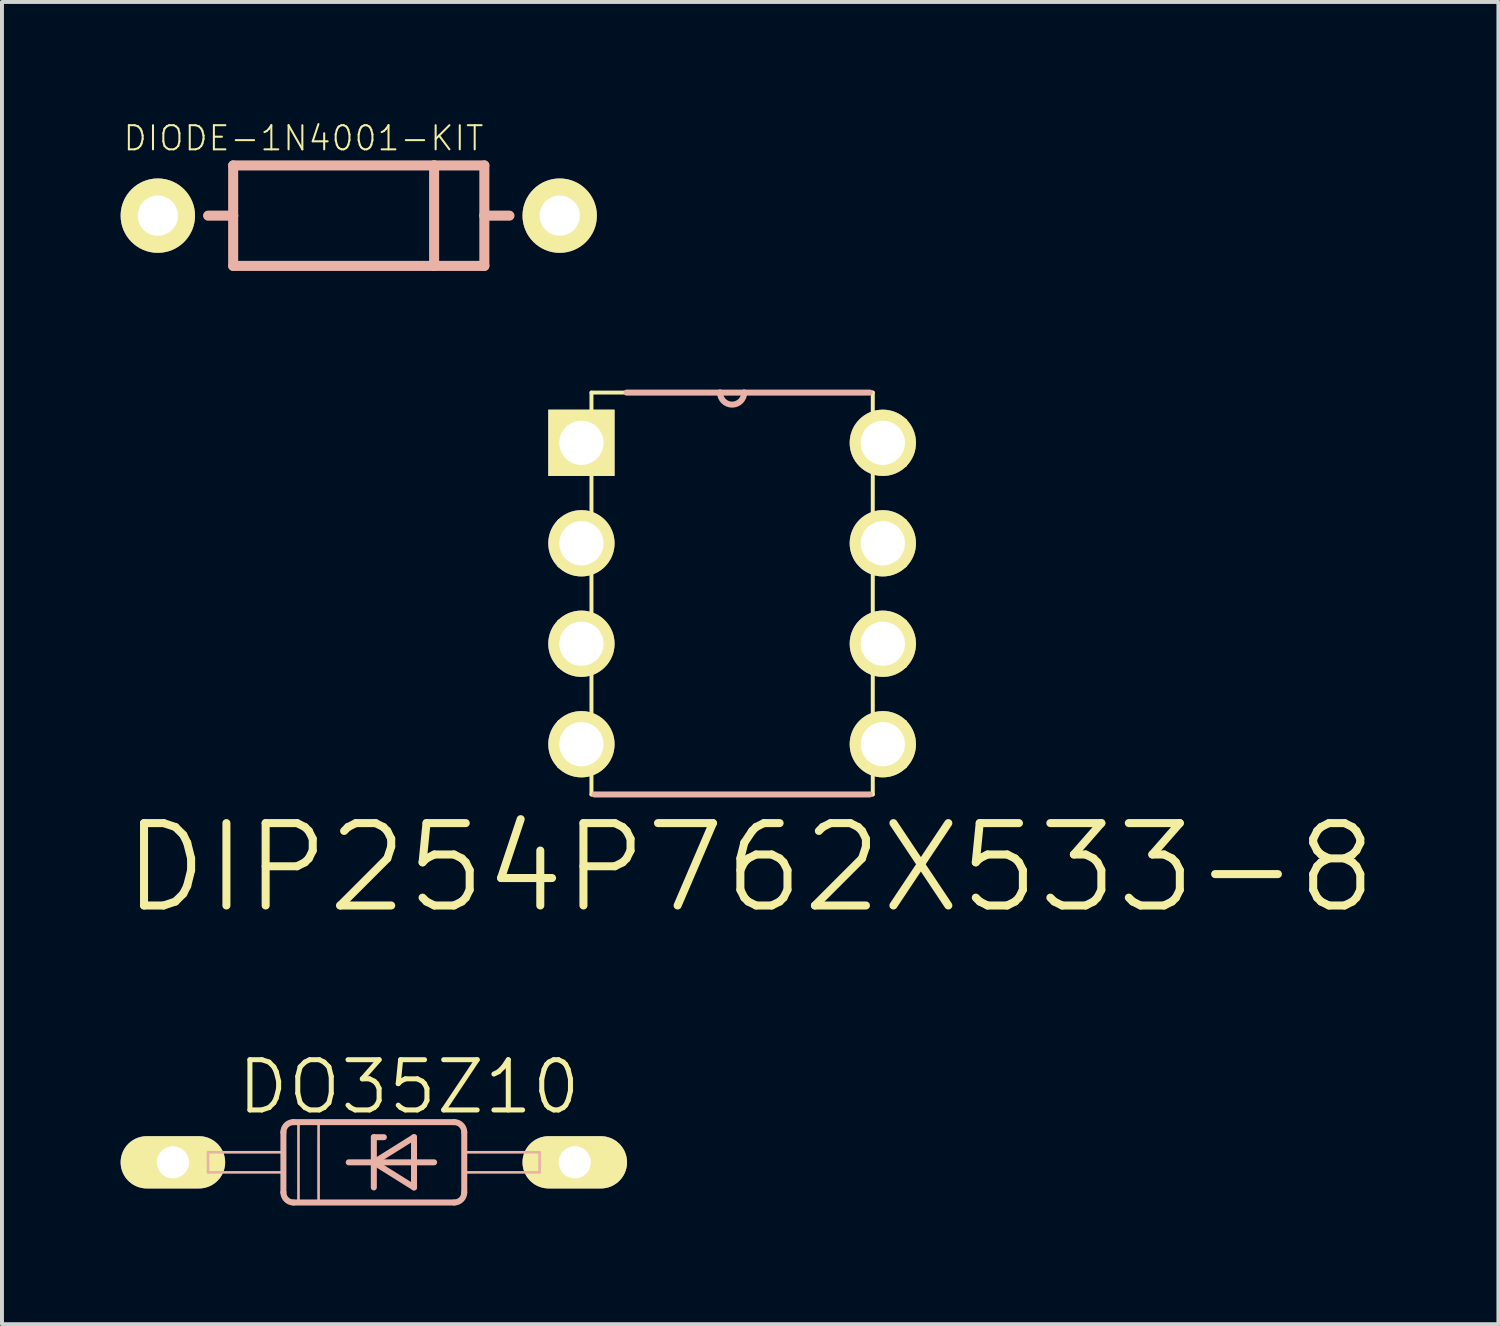
<source format=kicad_pcb>
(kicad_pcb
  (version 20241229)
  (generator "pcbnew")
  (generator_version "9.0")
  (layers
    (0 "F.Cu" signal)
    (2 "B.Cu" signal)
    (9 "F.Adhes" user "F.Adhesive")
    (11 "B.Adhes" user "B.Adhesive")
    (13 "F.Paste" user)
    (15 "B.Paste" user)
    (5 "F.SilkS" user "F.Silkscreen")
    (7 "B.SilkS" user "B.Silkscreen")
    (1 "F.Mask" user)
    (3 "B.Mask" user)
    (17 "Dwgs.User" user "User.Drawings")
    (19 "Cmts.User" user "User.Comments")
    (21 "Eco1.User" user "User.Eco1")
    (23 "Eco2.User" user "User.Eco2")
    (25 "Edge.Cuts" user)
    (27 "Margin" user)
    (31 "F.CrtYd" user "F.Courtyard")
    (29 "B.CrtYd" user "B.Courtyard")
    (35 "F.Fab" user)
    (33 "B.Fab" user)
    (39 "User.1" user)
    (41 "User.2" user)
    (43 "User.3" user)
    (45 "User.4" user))
  (footprint "DO35Z10"
    (layer "F.Cu")
    (at 6.401 26.335)
    (property "Reference" "DO35Z10" (at 0.889 -1.905 0) (layer "F.SilkS") (effects (font (size 1.27 1.27) (thickness 0.127))))
    (attr exclude_from_pos_files exclude_from_bom)
    (fp_line (start -5.08 0) (end -4.191 0) (stroke (width 0.508) (type solid)) (layer "F.SilkS"))
    (fp_line (start 5.08 0) (end 4.191 0) (stroke (width 0.508) (type solid)) (layer "F.SilkS"))
    (fp_line (start -4.191 -0.254) (end -2.286 -0.254) (stroke (width 0.066) (type solid)) (layer "B.SilkS"))
    (fp_line (start -4.191 0.254) (end -4.191 -0.254) (stroke (width 0.066) (type solid)) (layer "B.SilkS"))
    (fp_line (start -4.191 0.254) (end -2.286 0.254) (stroke (width 0.066) (type solid)) (layer "B.SilkS"))
    (fp_line (start -2.286 -0.762) (end -2.286 0.762) (stroke (width 0.152) (type solid)) (layer "B.SilkS"))
    (fp_line (start -2.286 0.254) (end -2.286 -0.254) (stroke (width 0.066) (type solid)) (layer "B.SilkS"))
    (fp_line (start -2.032 -1.016) (end 2.032 -1.016) (stroke (width 0.152) (type solid)) (layer "B.SilkS"))
    (fp_line (start -2.032 1.016) (end 2.032 1.016) (stroke (width 0.152) (type solid)) (layer "B.SilkS"))
    (fp_line (start -1.905 -1.016) (end -1.397 -1.016) (stroke (width 0.066) (type solid)) (layer "B.SilkS"))
    (fp_line (start -1.905 1.016) (end -1.905 -1.016) (stroke (width 0.066) (type solid)) (layer "B.SilkS"))
    (fp_line (start -1.905 1.016) (end -1.397 1.016) (stroke (width 0.066) (type solid)) (layer "B.SilkS"))
    (fp_line (start -1.397 1.016) (end -1.397 -1.016) (stroke (width 0.066) (type solid)) (layer "B.SilkS"))
    (fp_line (start -0.635 0) (end 0 0) (stroke (width 0.152) (type solid)) (layer "B.SilkS"))
    (fp_line (start 0 -0.635) (end 0 0) (stroke (width 0.152) (type solid)) (layer "B.SilkS"))
    (fp_line (start 0 0) (end 0 0.635) (stroke (width 0.152) (type solid)) (layer "B.SilkS"))
    (fp_line (start 0 0) (end 1.016 -0.635) (stroke (width 0.152) (type solid)) (layer "B.SilkS"))
    (fp_line (start 0 0) (end 1.524 0) (stroke (width 0.152) (type solid)) (layer "B.SilkS"))
    (fp_line (start 0.254 -0.635) (end 0 -0.635) (stroke (width 0.152) (type solid)) (layer "B.SilkS"))
    (fp_line (start 1.016 -0.635) (end 1.016 0.635) (stroke (width 0.152) (type solid)) (layer "B.SilkS"))
    (fp_line (start 1.016 0.635) (end 0 0) (stroke (width 0.152) (type solid)) (layer "B.SilkS"))
    (fp_line (start 2.286 -0.762) (end 2.286 0.762) (stroke (width 0.152) (type solid)) (layer "B.SilkS"))
    (fp_line (start 2.286 -0.254) (end 4.191 -0.254) (stroke (width 0.066) (type solid)) (layer "B.SilkS"))
    (fp_line (start 2.286 0.254) (end 2.286 -0.254) (stroke (width 0.066) (type solid)) (layer "B.SilkS"))
    (fp_line (start 2.286 0.254) (end 4.191 0.254) (stroke (width 0.066) (type solid)) (layer "B.SilkS"))
    (fp_line (start 4.191 0.254) (end 4.191 -0.254) (stroke (width 0.066) (type solid)) (layer "B.SilkS"))
    (fp_arc (start -2.286 -0.762) (mid -2.211605 -0.941605) (end -2.032 -1.016) (stroke (width 0.1524) (type solid)) (layer "B.SilkS"))
    (fp_arc (start -2.032 1.016) (mid -2.211605 0.941605) (end -2.286 0.762) (stroke (width 0.1524) (type solid)) (layer "B.SilkS"))
    (fp_arc (start 2.032 -1.016) (mid 2.211605 -0.941605) (end 2.286 -0.762) (stroke (width 0.1524) (type solid)) (layer "B.SilkS"))
    (fp_arc (start 2.286 0.762) (mid 2.211605 0.941605) (end 2.032 1.016) (stroke (width 0.1524) (type solid)) (layer "B.SilkS"))
    (pad "A" thru_hole oval (at 5.08 0 90) (size 1.321 2.642) (drill 0.813) (layers "*.Cu" "F.Mask" "F.SilkS" "F.Paste"))
    (pad "C" thru_hole oval (at -5.08 0 90) (size 1.321 2.642) (drill 0.813) (layers "*.Cu" "F.Mask" "F.SilkS" "F.Paste")))
  (footprint "DIODE-1N4001-KIT"
    (layer "F.Cu")
    (at 6.02 2.402)
    (property "Reference" "DIODE-1N4001-KIT" (at -1.397 -1.956 0) (layer "F.SilkS") (effects (font (size 0.61 0.61) (thickness 0.051))))
    (attr exclude_from_pos_files exclude_from_bom)
    (fp_circle (center -5.08 0) (end -5.575 0.495) (stroke (width 0) (type solid)) (fill yes) (layer "F.SilkS"))
    (fp_circle (center -5.08 0) (end -5.334 0.254) (stroke (width 0) (type solid)) (fill yes) (layer "F.SilkS"))
    (fp_circle (center 5.08 0) (end 5.334 0.254) (stroke (width 0) (type solid)) (fill yes) (layer "F.SilkS"))
    (fp_circle (center 5.08 0) (end 5.575 0.495) (stroke (width 0) (type solid)) (fill yes) (layer "F.SilkS"))
    (fp_line (start -3.175 -1.27) (end -3.175 0) (stroke (width 0.254) (type solid)) (layer "B.SilkS"))
    (fp_line (start -3.175 0) (end -3.81 0) (stroke (width 0.254) (type solid)) (layer "B.SilkS"))
    (fp_line (start -3.175 0) (end -3.175 1.27) (stroke (width 0.254) (type solid)) (layer "B.SilkS"))
    (fp_line (start -3.175 1.27) (end 1.905 1.27) (stroke (width 0.254) (type solid)) (layer "B.SilkS"))
    (fp_line (start 1.905 -1.27) (end -3.175 -1.27) (stroke (width 0.254) (type solid)) (layer "B.SilkS"))
    (fp_line (start 1.905 -1.27) (end 1.905 1.27) (stroke (width 0.254) (type solid)) (layer "B.SilkS"))
    (fp_line (start 1.905 1.27) (end 3.175 1.27) (stroke (width 0.254) (type solid)) (layer "B.SilkS"))
    (fp_line (start 3.175 -1.27) (end 1.905 -1.27) (stroke (width 0.254) (type solid)) (layer "B.SilkS"))
    (fp_line (start 3.175 0) (end 3.175 -1.27) (stroke (width 0.254) (type solid)) (layer "B.SilkS"))
    (fp_line (start 3.175 0) (end 3.81 0) (stroke (width 0.254) (type solid)) (layer "B.SilkS"))
    (fp_line (start 3.175 1.27) (end 3.175 0) (stroke (width 0.254) (type solid)) (layer "B.SilkS"))
    (pad "A" thru_hole circle (at -5.08 0) (size 1.88 1.88) (drill 1.016) (layers "*.Cu" "F.Mask" "F.SilkS" "F.Paste"))
    (pad "C" thru_hole circle (at 5.08 0) (size 1.88 1.88) (drill 1.016) (layers "*.Cu" "F.Mask" "F.SilkS" "F.Paste")))
  (footprint "DIP254P762X533-8"
    (layer "F.Cu")
    (at 19.269 15.765)
    (property "Reference" "DIP254P762X533-8" (at -3.353 3.124 0) (layer "F.SilkS") (effects (font (size 2.083 2.083) (thickness 0.203))))
    (attr exclude_from_pos_files exclude_from_bom)
    (fp_line (start -8.179 -8.179) (end -8.179 -7.061) (stroke (width 0.1) (type solid)) (layer "F.SilkS"))
    (fp_line (start -8.179 -7.061) (end -7.366 -7.061) (stroke (width 0.1) (type solid)) (layer "F.SilkS"))
    (fp_line (start -8.179 -5.639) (end -8.179 -4.521) (stroke (width 0.1) (type solid)) (layer "F.SilkS"))
    (fp_line (start -8.179 -4.521) (end -7.366 -4.521) (stroke (width 0.1) (type solid)) (layer "F.SilkS"))
    (fp_line (start -8.179 -3.099) (end -8.179 -1.981) (stroke (width 0.1) (type solid)) (layer "F.SilkS"))
    (fp_line (start -8.179 -1.981) (end -7.366 -1.981) (stroke (width 0.1) (type solid)) (layer "F.SilkS"))
    (fp_line (start -8.179 -0.559) (end -8.179 0.559) (stroke (width 0.1) (type solid)) (layer "F.SilkS"))
    (fp_line (start -8.179 0.559) (end -7.366 0.559) (stroke (width 0.1) (type solid)) (layer "F.SilkS"))
    (fp_line (start -7.366 -8.89) (end -7.366 1.27) (stroke (width 0.1) (type solid)) (layer "F.SilkS"))
    (fp_line (start -7.366 -8.179) (end -8.179 -8.179) (stroke (width 0.1) (type solid)) (layer "F.SilkS"))
    (fp_line (start -7.366 -7.061) (end -7.366 -8.179) (stroke (width 0.1) (type solid)) (layer "F.SilkS"))
    (fp_line (start -7.366 -5.639) (end -8.179 -5.639) (stroke (width 0.1) (type solid)) (layer "F.SilkS"))
    (fp_line (start -7.366 -4.521) (end -7.366 -5.639) (stroke (width 0.1) (type solid)) (layer "F.SilkS"))
    (fp_line (start -7.366 -3.099) (end -8.179 -3.099) (stroke (width 0.1) (type solid)) (layer "F.SilkS"))
    (fp_line (start -7.366 -1.981) (end -7.366 -3.099) (stroke (width 0.1) (type solid)) (layer "F.SilkS"))
    (fp_line (start -7.366 -0.559) (end -8.179 -0.559) (stroke (width 0.1) (type solid)) (layer "F.SilkS"))
    (fp_line (start -7.366 0.559) (end -7.366 -0.559) (stroke (width 0.1) (type solid)) (layer "F.SilkS"))
    (fp_line (start -7.366 1.27) (end -0.254 1.27) (stroke (width 0.1) (type solid)) (layer "F.SilkS"))
    (fp_line (start -4.115 -8.89) (end -7.366 -8.89) (stroke (width 0.1) (type solid)) (layer "F.SilkS"))
    (fp_line (start -3.505 -8.89) (end -4.115 -8.89) (stroke (width 0.1) (type solid)) (layer "F.SilkS"))
    (fp_line (start -0.254 -8.89) (end -3.505 -8.89) (stroke (width 0.1) (type solid)) (layer "F.SilkS"))
    (fp_line (start -0.254 -8.179) (end -0.254 -7.061) (stroke (width 0.1) (type solid)) (layer "F.SilkS"))
    (fp_line (start -0.254 -7.061) (end 0.559 -7.061) (stroke (width 0.1) (type solid)) (layer "F.SilkS"))
    (fp_line (start -0.254 -5.639) (end -0.254 -4.521) (stroke (width 0.1) (type solid)) (layer "F.SilkS"))
    (fp_line (start -0.254 -4.521) (end 0.559 -4.521) (stroke (width 0.1) (type solid)) (layer "F.SilkS"))
    (fp_line (start -0.254 -3.099) (end -0.254 -1.981) (stroke (width 0.1) (type solid)) (layer "F.SilkS"))
    (fp_line (start -0.254 -1.981) (end 0.559 -1.981) (stroke (width 0.1) (type solid)) (layer "F.SilkS"))
    (fp_line (start -0.254 -0.559) (end -0.254 0.559) (stroke (width 0.1) (type solid)) (layer "F.SilkS"))
    (fp_line (start -0.254 0.559) (end 0.559 0.559) (stroke (width 0.1) (type solid)) (layer "F.SilkS"))
    (fp_line (start -0.254 1.27) (end -0.254 -8.89) (stroke (width 0.1) (type solid)) (layer "F.SilkS"))
    (fp_line (start 0.559 -8.179) (end -0.254 -8.179) (stroke (width 0.1) (type solid)) (layer "F.SilkS"))
    (fp_line (start 0.559 -7.061) (end 0.559 -8.179) (stroke (width 0.1) (type solid)) (layer "F.SilkS"))
    (fp_line (start 0.559 -5.639) (end -0.254 -5.639) (stroke (width 0.1) (type solid)) (layer "F.SilkS"))
    (fp_line (start 0.559 -4.521) (end 0.559 -5.639) (stroke (width 0.1) (type solid)) (layer "F.SilkS"))
    (fp_line (start 0.559 -3.099) (end -0.254 -3.099) (stroke (width 0.1) (type solid)) (layer "F.SilkS"))
    (fp_line (start 0.559 -1.981) (end 0.559 -3.099) (stroke (width 0.1) (type solid)) (layer "F.SilkS"))
    (fp_line (start 0.559 -0.559) (end -0.254 -0.559) (stroke (width 0.1) (type solid)) (layer "F.SilkS"))
    (fp_line (start 0.559 0.559) (end 0.559 -0.559) (stroke (width 0.1) (type solid)) (layer "F.SilkS"))
    (fp_arc (start -3.5052 -8.89) (mid -3.81 -8.5852) (end -4.1148 -8.89) (stroke (width 0.1) (type solid)) (layer "F.SilkS"))
    (fp_line (start -7.29 1.27) (end -0.33 1.27) (stroke (width 0.152) (type solid)) (layer "B.SilkS"))
    (fp_line (start -4.115 -8.89) (end -6.477 -8.89) (stroke (width 0.152) (type solid)) (layer "B.SilkS"))
    (fp_line (start -3.505 -8.89) (end -4.115 -8.89) (stroke (width 0.152) (type solid)) (layer "B.SilkS"))
    (fp_line (start -0.33 -8.89) (end -3.505 -8.89) (stroke (width 0.152) (type solid)) (layer "B.SilkS"))
    (fp_arc (start -3.5052 -8.89) (mid -3.81 -8.5852) (end -4.1148 -8.89) (stroke (width 0.1524) (type solid)) (layer "B.SilkS"))
    (pad "1" thru_hole rect (at -7.62 -7.62) (size 1.676 1.676) (drill 1.118) (layers "*.Cu" "F.Mask" "F.SilkS" "F.Paste"))
    (pad "2" thru_hole circle (at -7.62 -5.08) (size 1.676 1.676) (drill 1.118) (layers "*.Cu" "F.Mask" "F.SilkS" "F.Paste"))
    (pad "3" thru_hole circle (at -7.62 -2.54) (size 1.676 1.676) (drill 1.118) (layers "*.Cu" "F.Mask" "F.SilkS" "F.Paste"))
    (pad "4" thru_hole circle (at -7.62 0) (size 1.676 1.676) (drill 1.118) (layers "*.Cu" "F.Mask" "F.SilkS" "F.Paste"))
    (pad "5" thru_hole circle (at 0 0) (size 1.676 1.676) (drill 1.118) (layers "*.Cu" "F.Mask" "F.SilkS" "F.Paste"))
    (pad "6" thru_hole circle (at 0 -2.54) (size 1.676 1.676) (drill 1.118) (layers "*.Cu" "F.Mask" "F.SilkS" "F.Paste"))
    (pad "7" thru_hole circle (at 0 -5.08) (size 1.676 1.676) (drill 1.118) (layers "*.Cu" "F.Mask" "F.SilkS" "F.Paste"))
    (pad "8" thru_hole circle (at 0 -7.62) (size 1.676 1.676) (drill 1.118) (layers "*.Cu" "F.Mask" "F.SilkS" "F.Paste")))
  (gr_rect
    (start -3 -3)
    (end 34.832 30.427)
    (stroke (width 0.1) (type default))
    (fill no)
    (layer "Edge.Cuts")))
</source>
